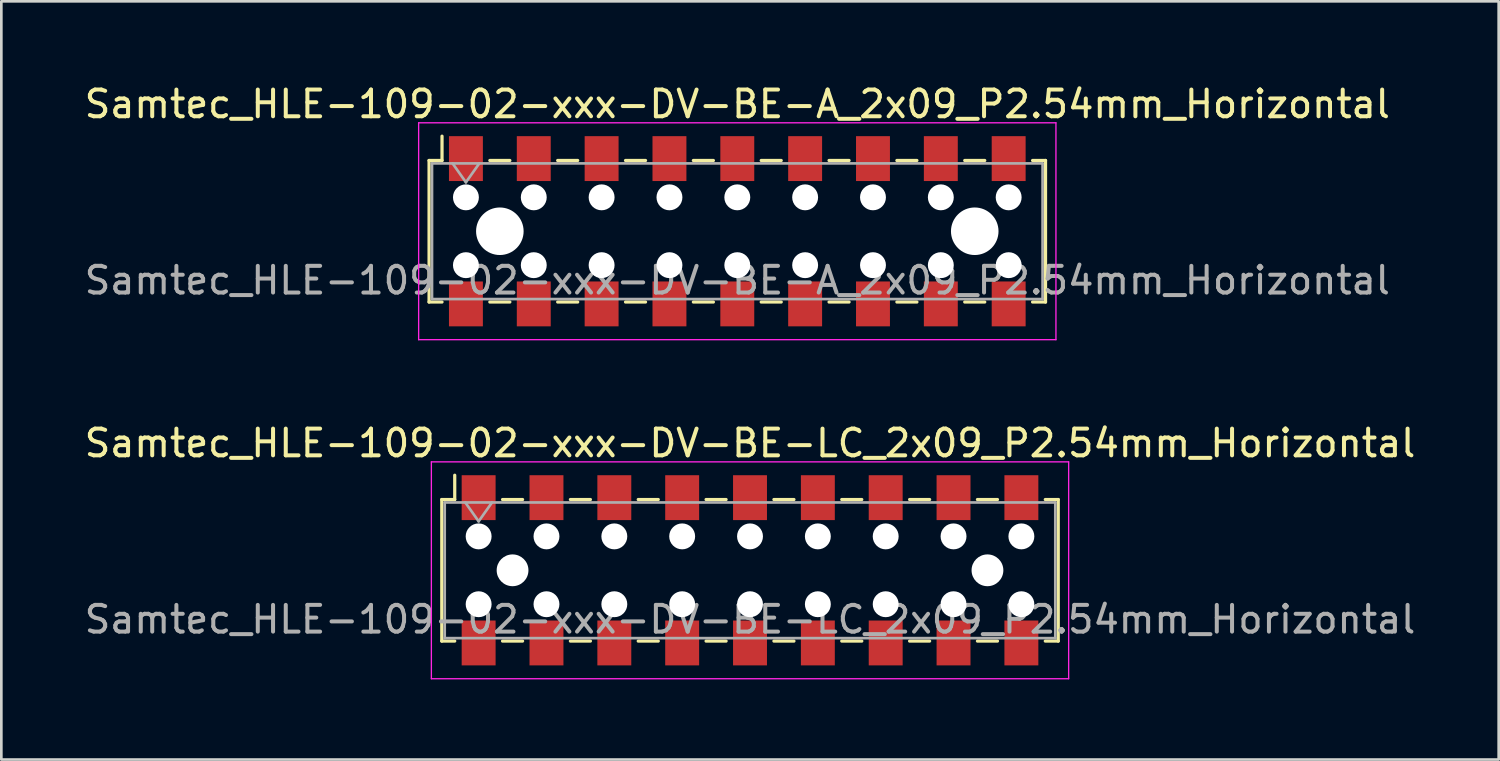
<source format=kicad_pcb>
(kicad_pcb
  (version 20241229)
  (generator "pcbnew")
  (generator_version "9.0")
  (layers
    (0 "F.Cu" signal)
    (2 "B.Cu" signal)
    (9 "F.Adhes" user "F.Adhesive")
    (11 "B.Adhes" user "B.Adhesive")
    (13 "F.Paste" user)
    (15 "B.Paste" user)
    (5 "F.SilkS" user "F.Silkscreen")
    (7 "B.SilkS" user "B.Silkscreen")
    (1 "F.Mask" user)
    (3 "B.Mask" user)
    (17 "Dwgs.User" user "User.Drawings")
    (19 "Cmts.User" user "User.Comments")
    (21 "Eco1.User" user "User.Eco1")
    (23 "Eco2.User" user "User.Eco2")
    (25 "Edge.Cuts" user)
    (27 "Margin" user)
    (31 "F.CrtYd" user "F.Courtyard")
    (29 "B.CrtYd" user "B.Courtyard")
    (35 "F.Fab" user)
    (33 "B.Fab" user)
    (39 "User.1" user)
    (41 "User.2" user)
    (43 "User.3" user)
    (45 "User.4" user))
  (footprint "Samtec_HLE-109-02-xxx-DV-BE-A_2x09_P2.54mm_Horizontal"
    (layer "F.Cu")
    (at 24.554 5.608)
    (property "Reference" "Samtec_HLE-109-02-xxx-DV-BE-A_2x09_P2.54mm_Horizontal" (at 0 -4.76 0) (layer "F.SilkS") (effects (font (size 1 1) (thickness 0.15))))
    (attr smd)
    (fp_line (start -11.54 -2.65) (end -11.54 2.65) (stroke (width 0.12) (type solid)) (layer "F.SilkS"))
    (fp_line (start -11.54 2.65) (end -11.055 2.65) (stroke (width 0.12) (type solid)) (layer "F.SilkS"))
    (fp_line (start -11.055 -3.56) (end -11.055 -2.65) (stroke (width 0.12) (type solid)) (layer "F.SilkS"))
    (fp_line (start -11.055 -2.65) (end -11.54 -2.65) (stroke (width 0.12) (type solid)) (layer "F.SilkS"))
    (fp_line (start -9.265 -2.65) (end -8.515 -2.65) (stroke (width 0.12) (type solid)) (layer "F.SilkS"))
    (fp_line (start -9.265 2.65) (end -8.515 2.65) (stroke (width 0.12) (type solid)) (layer "F.SilkS"))
    (fp_line (start -6.725 -2.65) (end -5.975 -2.65) (stroke (width 0.12) (type solid)) (layer "F.SilkS"))
    (fp_line (start -6.725 2.65) (end -5.975 2.65) (stroke (width 0.12) (type solid)) (layer "F.SilkS"))
    (fp_line (start -4.185 -2.65) (end -3.435 -2.65) (stroke (width 0.12) (type solid)) (layer "F.SilkS"))
    (fp_line (start -4.185 2.65) (end -3.435 2.65) (stroke (width 0.12) (type solid)) (layer "F.SilkS"))
    (fp_line (start -1.645 -2.65) (end -0.895 -2.65) (stroke (width 0.12) (type solid)) (layer "F.SilkS"))
    (fp_line (start -1.645 2.65) (end -0.895 2.65) (stroke (width 0.12) (type solid)) (layer "F.SilkS"))
    (fp_line (start 0.895 -2.65) (end 1.645 -2.65) (stroke (width 0.12) (type solid)) (layer "F.SilkS"))
    (fp_line (start 0.895 2.65) (end 1.645 2.65) (stroke (width 0.12) (type solid)) (layer "F.SilkS"))
    (fp_line (start 3.435 -2.65) (end 4.185 -2.65) (stroke (width 0.12) (type solid)) (layer "F.SilkS"))
    (fp_line (start 3.435 2.65) (end 4.185 2.65) (stroke (width 0.12) (type solid)) (layer "F.SilkS"))
    (fp_line (start 5.975 -2.65) (end 6.725 -2.65) (stroke (width 0.12) (type solid)) (layer "F.SilkS"))
    (fp_line (start 5.975 2.65) (end 6.725 2.65) (stroke (width 0.12) (type solid)) (layer "F.SilkS"))
    (fp_line (start 8.515 -2.65) (end 9.265 -2.65) (stroke (width 0.12) (type solid)) (layer "F.SilkS"))
    (fp_line (start 8.515 2.65) (end 9.265 2.65) (stroke (width 0.12) (type solid)) (layer "F.SilkS"))
    (fp_line (start 11.055 -2.65) (end 11.54 -2.65) (stroke (width 0.12) (type solid)) (layer "F.SilkS"))
    (fp_line (start 11.54 -2.65) (end 11.54 2.65) (stroke (width 0.12) (type solid)) (layer "F.SilkS"))
    (fp_line (start 11.54 2.65) (end 11.055 2.65) (stroke (width 0.12) (type solid)) (layer "F.SilkS"))
    (fp_line (start -11.93 -4.06) (end 11.93 -4.06) (stroke (width 0.05) (type solid)) (layer "F.CrtYd"))
    (fp_line (start -11.93 4.06) (end -11.93 -4.06) (stroke (width 0.05) (type solid)) (layer "F.CrtYd"))
    (fp_line (start 11.93 -4.06) (end 11.93 4.06) (stroke (width 0.05) (type solid)) (layer "F.CrtYd"))
    (fp_line (start 11.93 4.06) (end -11.93 4.06) (stroke (width 0.05) (type solid)) (layer "F.CrtYd"))
    (fp_line (start -11.43 -2.54) (end 11.43 -2.54) (stroke (width 0.1) (type solid)) (layer "F.Fab"))
    (fp_line (start -11.43 2.54) (end -11.43 -2.54) (stroke (width 0.1) (type solid)) (layer "F.Fab"))
    (fp_line (start -10.66 -2.54) (end -10.16 -1.833) (stroke (width 0.1) (type solid)) (layer "F.Fab"))
    (fp_line (start -10.16 -1.833) (end -9.66 -2.54) (stroke (width 0.1) (type solid)) (layer "F.Fab"))
    (fp_line (start 11.43 -2.54) (end 11.43 2.54) (stroke (width 0.1) (type solid)) (layer "F.Fab"))
    (fp_line (start 11.43 2.54) (end -11.43 2.54) (stroke (width 0.1) (type solid)) (layer "F.Fab"))
    (fp_text user "${REFERENCE}" (at 0 1.84 0) (layer "F.Fab") (effects (font (size 1 1) (thickness 0.15))))
    (pad "" np_thru_hole circle (at -10.16 -1.27) (size 0.97 0.97) (drill 0.97) (layers "*.Cu" "*.Mask"))
    (pad "" np_thru_hole circle (at -10.16 1.27) (size 0.97 0.97) (drill 0.97) (layers "*.Cu" "*.Mask"))
    (pad "" np_thru_hole circle (at -8.89 0) (size 1.78 1.78) (drill 1.78) (layers "*.Cu" "*.Mask"))
    (pad "" np_thru_hole circle (at -7.62 -1.27) (size 0.97 0.97) (drill 0.97) (layers "*.Cu" "*.Mask"))
    (pad "" np_thru_hole circle (at -7.62 1.27) (size 0.97 0.97) (drill 0.97) (layers "*.Cu" "*.Mask"))
    (pad "" np_thru_hole circle (at -5.08 -1.27) (size 0.97 0.97) (drill 0.97) (layers "*.Cu" "*.Mask"))
    (pad "" np_thru_hole circle (at -5.08 1.27) (size 0.97 0.97) (drill 0.97) (layers "*.Cu" "*.Mask"))
    (pad "" np_thru_hole circle (at -2.54 -1.27) (size 0.97 0.97) (drill 0.97) (layers "*.Cu" "*.Mask"))
    (pad "" np_thru_hole circle (at -2.54 1.27) (size 0.97 0.97) (drill 0.97) (layers "*.Cu" "*.Mask"))
    (pad "" np_thru_hole circle (at 0 -1.27) (size 0.97 0.97) (drill 0.97) (layers "*.Cu" "*.Mask"))
    (pad "" np_thru_hole circle (at 0 1.27) (size 0.97 0.97) (drill 0.97) (layers "*.Cu" "*.Mask"))
    (pad "" np_thru_hole circle (at 2.54 -1.27) (size 0.97 0.97) (drill 0.97) (layers "*.Cu" "*.Mask"))
    (pad "" np_thru_hole circle (at 2.54 1.27) (size 0.97 0.97) (drill 0.97) (layers "*.Cu" "*.Mask"))
    (pad "" np_thru_hole circle (at 5.08 -1.27) (size 0.97 0.97) (drill 0.97) (layers "*.Cu" "*.Mask"))
    (pad "" np_thru_hole circle (at 5.08 1.27) (size 0.97 0.97) (drill 0.97) (layers "*.Cu" "*.Mask"))
    (pad "" np_thru_hole circle (at 7.62 -1.27) (size 0.97 0.97) (drill 0.97) (layers "*.Cu" "*.Mask"))
    (pad "" np_thru_hole circle (at 7.62 1.27) (size 0.97 0.97) (drill 0.97) (layers "*.Cu" "*.Mask"))
    (pad "" np_thru_hole circle (at 8.89 0) (size 1.78 1.78) (drill 1.78) (layers "*.Cu" "*.Mask"))
    (pad "" np_thru_hole circle (at 10.16 -1.27) (size 0.97 0.97) (drill 0.97) (layers "*.Cu" "*.Mask"))
    (pad "" np_thru_hole circle (at 10.16 1.27) (size 0.97 0.97) (drill 0.97) (layers "*.Cu" "*.Mask"))
    (pad "1" smd rect (at -10.16 -2.72) (size 1.27 1.68) (layers "F.Cu" "F.Mask" "F.Paste"))
    (pad "2" smd rect (at -10.16 2.72) (size 1.27 1.68) (layers "F.Cu" "F.Mask" "F.Paste"))
    (pad "3" smd rect (at -7.62 -2.72) (size 1.27 1.68) (layers "F.Cu" "F.Mask" "F.Paste"))
    (pad "4" smd rect (at -7.62 2.72) (size 1.27 1.68) (layers "F.Cu" "F.Mask" "F.Paste"))
    (pad "5" smd rect (at -5.08 -2.72) (size 1.27 1.68) (layers "F.Cu" "F.Mask" "F.Paste"))
    (pad "6" smd rect (at -5.08 2.72) (size 1.27 1.68) (layers "F.Cu" "F.Mask" "F.Paste"))
    (pad "7" smd rect (at -2.54 -2.72) (size 1.27 1.68) (layers "F.Cu" "F.Mask" "F.Paste"))
    (pad "8" smd rect (at -2.54 2.72) (size 1.27 1.68) (layers "F.Cu" "F.Mask" "F.Paste"))
    (pad "9" smd rect (at 0 -2.72) (size 1.27 1.68) (layers "F.Cu" "F.Mask" "F.Paste"))
    (pad "10" smd rect (at 0 2.72) (size 1.27 1.68) (layers "F.Cu" "F.Mask" "F.Paste"))
    (pad "11" smd rect (at 2.54 -2.72) (size 1.27 1.68) (layers "F.Cu" "F.Mask" "F.Paste"))
    (pad "12" smd rect (at 2.54 2.72) (size 1.27 1.68) (layers "F.Cu" "F.Mask" "F.Paste"))
    (pad "13" smd rect (at 5.08 -2.72) (size 1.27 1.68) (layers "F.Cu" "F.Mask" "F.Paste"))
    (pad "14" smd rect (at 5.08 2.72) (size 1.27 1.68) (layers "F.Cu" "F.Mask" "F.Paste"))
    (pad "15" smd rect (at 7.62 -2.72) (size 1.27 1.68) (layers "F.Cu" "F.Mask" "F.Paste"))
    (pad "16" smd rect (at 7.62 2.72) (size 1.27 1.68) (layers "F.Cu" "F.Mask" "F.Paste"))
    (pad "17" smd rect (at 10.16 -2.72) (size 1.27 1.68) (layers "F.Cu" "F.Mask" "F.Paste"))
    (pad "18" smd rect (at 10.16 2.72) (size 1.27 1.68) (layers "F.Cu" "F.Mask" "F.Paste")))
  (footprint "Samtec_HLE-109-02-xxx-DV-BE-LC_2x09_P2.54mm_Horizontal"
    (layer "F.Cu")
    (at 25.03 18.302)
    (property "Reference" "Samtec_HLE-109-02-xxx-DV-BE-LC_2x09_P2.54mm_Horizontal" (at 0 -4.76 0) (layer "F.SilkS") (effects (font (size 1 1) (thickness 0.15))))
    (attr smd)
    (fp_line (start -11.54 -2.65) (end -11.54 2.65) (stroke (width 0.12) (type solid)) (layer "F.SilkS"))
    (fp_line (start -11.54 2.65) (end -11.055 2.65) (stroke (width 0.12) (type solid)) (layer "F.SilkS"))
    (fp_line (start -11.055 -3.56) (end -11.055 -2.65) (stroke (width 0.12) (type solid)) (layer "F.SilkS"))
    (fp_line (start -11.055 -2.65) (end -11.54 -2.65) (stroke (width 0.12) (type solid)) (layer "F.SilkS"))
    (fp_line (start -9.265 -2.65) (end -8.515 -2.65) (stroke (width 0.12) (type solid)) (layer "F.SilkS"))
    (fp_line (start -9.265 2.65) (end -8.515 2.65) (stroke (width 0.12) (type solid)) (layer "F.SilkS"))
    (fp_line (start -6.725 -2.65) (end -5.975 -2.65) (stroke (width 0.12) (type solid)) (layer "F.SilkS"))
    (fp_line (start -6.725 2.65) (end -5.975 2.65) (stroke (width 0.12) (type solid)) (layer "F.SilkS"))
    (fp_line (start -4.185 -2.65) (end -3.435 -2.65) (stroke (width 0.12) (type solid)) (layer "F.SilkS"))
    (fp_line (start -4.185 2.65) (end -3.435 2.65) (stroke (width 0.12) (type solid)) (layer "F.SilkS"))
    (fp_line (start -1.645 -2.65) (end -0.895 -2.65) (stroke (width 0.12) (type solid)) (layer "F.SilkS"))
    (fp_line (start -1.645 2.65) (end -0.895 2.65) (stroke (width 0.12) (type solid)) (layer "F.SilkS"))
    (fp_line (start 0.895 -2.65) (end 1.645 -2.65) (stroke (width 0.12) (type solid)) (layer "F.SilkS"))
    (fp_line (start 0.895 2.65) (end 1.645 2.65) (stroke (width 0.12) (type solid)) (layer "F.SilkS"))
    (fp_line (start 3.435 -2.65) (end 4.185 -2.65) (stroke (width 0.12) (type solid)) (layer "F.SilkS"))
    (fp_line (start 3.435 2.65) (end 4.185 2.65) (stroke (width 0.12) (type solid)) (layer "F.SilkS"))
    (fp_line (start 5.975 -2.65) (end 6.725 -2.65) (stroke (width 0.12) (type solid)) (layer "F.SilkS"))
    (fp_line (start 5.975 2.65) (end 6.725 2.65) (stroke (width 0.12) (type solid)) (layer "F.SilkS"))
    (fp_line (start 8.515 -2.65) (end 9.265 -2.65) (stroke (width 0.12) (type solid)) (layer "F.SilkS"))
    (fp_line (start 8.515 2.65) (end 9.265 2.65) (stroke (width 0.12) (type solid)) (layer "F.SilkS"))
    (fp_line (start 11.055 -2.65) (end 11.54 -2.65) (stroke (width 0.12) (type solid)) (layer "F.SilkS"))
    (fp_line (start 11.54 -2.65) (end 11.54 2.65) (stroke (width 0.12) (type solid)) (layer "F.SilkS"))
    (fp_line (start 11.54 2.65) (end 11.055 2.65) (stroke (width 0.12) (type solid)) (layer "F.SilkS"))
    (fp_line (start -11.93 -4.06) (end 11.93 -4.06) (stroke (width 0.05) (type solid)) (layer "F.CrtYd"))
    (fp_line (start -11.93 4.06) (end -11.93 -4.06) (stroke (width 0.05) (type solid)) (layer "F.CrtYd"))
    (fp_line (start 11.93 -4.06) (end 11.93 4.06) (stroke (width 0.05) (type solid)) (layer "F.CrtYd"))
    (fp_line (start 11.93 4.06) (end -11.93 4.06) (stroke (width 0.05) (type solid)) (layer "F.CrtYd"))
    (fp_line (start -11.43 -2.54) (end 11.43 -2.54) (stroke (width 0.1) (type solid)) (layer "F.Fab"))
    (fp_line (start -11.43 2.54) (end -11.43 -2.54) (stroke (width 0.1) (type solid)) (layer "F.Fab"))
    (fp_line (start -10.66 -2.54) (end -10.16 -1.833) (stroke (width 0.1) (type solid)) (layer "F.Fab"))
    (fp_line (start -10.16 -1.833) (end -9.66 -2.54) (stroke (width 0.1) (type solid)) (layer "F.Fab"))
    (fp_line (start 11.43 -2.54) (end 11.43 2.54) (stroke (width 0.1) (type solid)) (layer "F.Fab"))
    (fp_line (start 11.43 2.54) (end -11.43 2.54) (stroke (width 0.1) (type solid)) (layer "F.Fab"))
    (fp_text user "${REFERENCE}" (at 0 1.84 0) (layer "F.Fab") (effects (font (size 1 1) (thickness 0.15))))
    (pad "" np_thru_hole circle (at -10.16 -1.27) (size 0.97 0.97) (drill 0.97) (layers "*.Cu" "*.Mask"))
    (pad "" np_thru_hole circle (at -10.16 1.27) (size 0.97 0.97) (drill 0.97) (layers "*.Cu" "*.Mask"))
    (pad "" np_thru_hole circle (at -8.89 0) (size 1.19 1.19) (drill 1.19) (layers "*.Cu" "*.Mask"))
    (pad "" np_thru_hole circle (at -7.62 -1.27) (size 0.97 0.97) (drill 0.97) (layers "*.Cu" "*.Mask"))
    (pad "" np_thru_hole circle (at -7.62 1.27) (size 0.97 0.97) (drill 0.97) (layers "*.Cu" "*.Mask"))
    (pad "" np_thru_hole circle (at -5.08 -1.27) (size 0.97 0.97) (drill 0.97) (layers "*.Cu" "*.Mask"))
    (pad "" np_thru_hole circle (at -5.08 1.27) (size 0.97 0.97) (drill 0.97) (layers "*.Cu" "*.Mask"))
    (pad "" np_thru_hole circle (at -2.54 -1.27) (size 0.97 0.97) (drill 0.97) (layers "*.Cu" "*.Mask"))
    (pad "" np_thru_hole circle (at -2.54 1.27) (size 0.97 0.97) (drill 0.97) (layers "*.Cu" "*.Mask"))
    (pad "" np_thru_hole circle (at 0 -1.27) (size 0.97 0.97) (drill 0.97) (layers "*.Cu" "*.Mask"))
    (pad "" np_thru_hole circle (at 0 1.27) (size 0.97 0.97) (drill 0.97) (layers "*.Cu" "*.Mask"))
    (pad "" np_thru_hole circle (at 2.54 -1.27) (size 0.97 0.97) (drill 0.97) (layers "*.Cu" "*.Mask"))
    (pad "" np_thru_hole circle (at 2.54 1.27) (size 0.97 0.97) (drill 0.97) (layers "*.Cu" "*.Mask"))
    (pad "" np_thru_hole circle (at 5.08 -1.27) (size 0.97 0.97) (drill 0.97) (layers "*.Cu" "*.Mask"))
    (pad "" np_thru_hole circle (at 5.08 1.27) (size 0.97 0.97) (drill 0.97) (layers "*.Cu" "*.Mask"))
    (pad "" np_thru_hole circle (at 7.62 -1.27) (size 0.97 0.97) (drill 0.97) (layers "*.Cu" "*.Mask"))
    (pad "" np_thru_hole circle (at 7.62 1.27) (size 0.97 0.97) (drill 0.97) (layers "*.Cu" "*.Mask"))
    (pad "" np_thru_hole circle (at 8.89 0) (size 1.19 1.19) (drill 1.19) (layers "*.Cu" "*.Mask"))
    (pad "" np_thru_hole circle (at 10.16 -1.27) (size 0.97 0.97) (drill 0.97) (layers "*.Cu" "*.Mask"))
    (pad "" np_thru_hole circle (at 10.16 1.27) (size 0.97 0.97) (drill 0.97) (layers "*.Cu" "*.Mask"))
    (pad "1" smd rect (at -10.16 -2.72) (size 1.27 1.68) (layers "F.Cu" "F.Mask" "F.Paste"))
    (pad "2" smd rect (at -10.16 2.72) (size 1.27 1.68) (layers "F.Cu" "F.Mask" "F.Paste"))
    (pad "3" smd rect (at -7.62 -2.72) (size 1.27 1.68) (layers "F.Cu" "F.Mask" "F.Paste"))
    (pad "4" smd rect (at -7.62 2.72) (size 1.27 1.68) (layers "F.Cu" "F.Mask" "F.Paste"))
    (pad "5" smd rect (at -5.08 -2.72) (size 1.27 1.68) (layers "F.Cu" "F.Mask" "F.Paste"))
    (pad "6" smd rect (at -5.08 2.72) (size 1.27 1.68) (layers "F.Cu" "F.Mask" "F.Paste"))
    (pad "7" smd rect (at -2.54 -2.72) (size 1.27 1.68) (layers "F.Cu" "F.Mask" "F.Paste"))
    (pad "8" smd rect (at -2.54 2.72) (size 1.27 1.68) (layers "F.Cu" "F.Mask" "F.Paste"))
    (pad "9" smd rect (at 0 -2.72) (size 1.27 1.68) (layers "F.Cu" "F.Mask" "F.Paste"))
    (pad "10" smd rect (at 0 2.72) (size 1.27 1.68) (layers "F.Cu" "F.Mask" "F.Paste"))
    (pad "11" smd rect (at 2.54 -2.72) (size 1.27 1.68) (layers "F.Cu" "F.Mask" "F.Paste"))
    (pad "12" smd rect (at 2.54 2.72) (size 1.27 1.68) (layers "F.Cu" "F.Mask" "F.Paste"))
    (pad "13" smd rect (at 5.08 -2.72) (size 1.27 1.68) (layers "F.Cu" "F.Mask" "F.Paste"))
    (pad "14" smd rect (at 5.08 2.72) (size 1.27 1.68) (layers "F.Cu" "F.Mask" "F.Paste"))
    (pad "15" smd rect (at 7.62 -2.72) (size 1.27 1.68) (layers "F.Cu" "F.Mask" "F.Paste"))
    (pad "16" smd rect (at 7.62 2.72) (size 1.27 1.68) (layers "F.Cu" "F.Mask" "F.Paste"))
    (pad "17" smd rect (at 10.16 -2.72) (size 1.27 1.68) (layers "F.Cu" "F.Mask" "F.Paste"))
    (pad "18" smd rect (at 10.16 2.72) (size 1.27 1.68) (layers "F.Cu" "F.Mask" "F.Paste")))
  (gr_rect
    (start -3 -3)
    (end 53.06 25.387)
    (stroke (width 0.1) (type default))
    (fill no)
    (layer "Edge.Cuts")))
</source>
